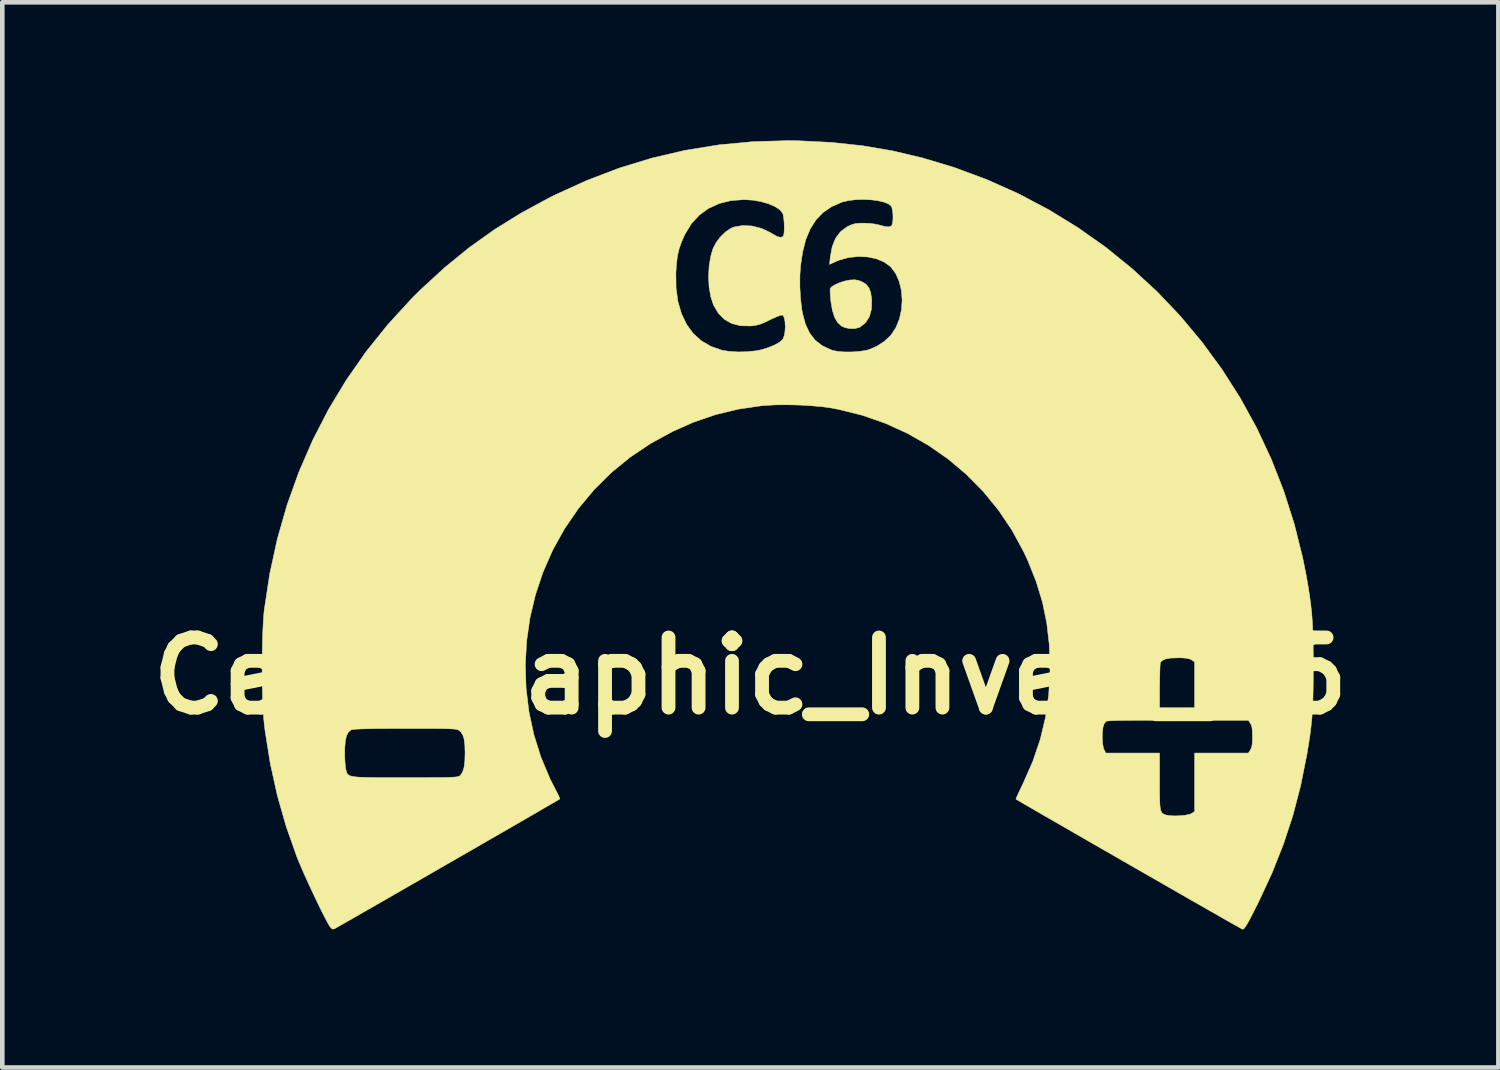
<source format=kicad_pcb>
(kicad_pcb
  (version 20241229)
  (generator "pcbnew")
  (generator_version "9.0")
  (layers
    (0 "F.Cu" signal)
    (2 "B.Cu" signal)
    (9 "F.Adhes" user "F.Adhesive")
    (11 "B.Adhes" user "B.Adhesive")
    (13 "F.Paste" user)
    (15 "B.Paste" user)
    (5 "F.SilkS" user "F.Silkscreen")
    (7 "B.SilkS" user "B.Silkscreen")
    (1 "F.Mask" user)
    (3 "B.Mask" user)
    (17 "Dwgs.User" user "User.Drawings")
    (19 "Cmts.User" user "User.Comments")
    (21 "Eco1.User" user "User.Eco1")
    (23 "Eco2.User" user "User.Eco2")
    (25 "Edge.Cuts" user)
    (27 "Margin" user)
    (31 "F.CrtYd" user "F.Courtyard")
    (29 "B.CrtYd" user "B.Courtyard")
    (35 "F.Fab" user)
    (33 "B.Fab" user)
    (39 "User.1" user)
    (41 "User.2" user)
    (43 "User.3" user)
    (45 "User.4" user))
  (footprint "Cell_Graphic_Invert_C6"
    (layer "F.Cu")
    (at 13.252 11.634)
    (property "Reference" "Cell_Graphic_Invert_C6" (at 0 0 0) (layer "F.SilkS") (effects (font (size 1.524 1.524) (thickness 0.3))))
    (attr through_hole)
    (fp_poly (pts (xy 2.351 -8.591) (xy 2.42 -8.565) (xy 2.511 -8.51) (xy 2.574 -8.435) (xy 2.614 -8.331) (xy 2.634 -8.187) (xy 2.636 -8.163) (xy 2.631 -7.97) (xy 2.587 -7.807) (xy 2.507 -7.678) (xy 2.39 -7.583) (xy 2.37 -7.572) (xy 2.276 -7.546) (xy 2.162 -7.545) (xy 2.05 -7.568) (xy 1.979 -7.601) (xy 1.894 -7.68) (xy 1.828 -7.795) (xy 1.78 -7.95) (xy 1.75 -8.132) (xy 1.738 -8.242) (xy 1.732 -8.336) (xy 1.733 -8.4) (xy 1.736 -8.419) (xy 1.772 -8.458) (xy 1.846 -8.502) (xy 1.943 -8.544) (xy 2.05 -8.578) (xy 2.154 -8.599) (xy 2.161 -8.6) (xy 2.266 -8.606) (xy 2.351 -8.591)) (stroke (width 0.01) (type solid)) (fill yes) (layer "F.SilkS"))
    (fp_poly (pts (xy 1.067 -11.625) (xy 1.768 -11.59) (xy 2.444 -11.517) (xy 3.103 -11.404) (xy 3.755 -11.249) (xy 4.409 -11.052) (xy 4.42 -11.049) (xy 5.134 -10.784) (xy 5.822 -10.477) (xy 6.484 -10.127) (xy 7.118 -9.738) (xy 7.722 -9.311) (xy 8.294 -8.847) (xy 8.835 -8.349) (xy 9.341 -7.817) (xy 9.812 -7.253) (xy 10.247 -6.659) (xy 10.643 -6.037) (xy 10.999 -5.389) (xy 11.315 -4.715) (xy 11.588 -4.018) (xy 11.817 -3.299) (xy 12.001 -2.56) (xy 12.076 -2.184) (xy 12.116 -1.954) (xy 12.149 -1.746) (xy 12.175 -1.552) (xy 12.195 -1.362) (xy 12.21 -1.166) (xy 12.22 -0.954) (xy 12.226 -0.718) (xy 12.229 -0.448) (xy 12.23 -0.216) (xy 12.229 0.075) (xy 12.226 0.324) (xy 12.221 0.541) (xy 12.212 0.734) (xy 12.2 0.914) (xy 12.182 1.089) (xy 12.16 1.268) (xy 12.131 1.462) (xy 12.096 1.678) (xy 12.089 1.714) (xy 11.956 2.383) (xy 11.788 3.028) (xy 11.581 3.658) (xy 11.333 4.284) (xy 11.039 4.916) (xy 11.016 4.961) (xy 10.927 5.138) (xy 10.857 5.273) (xy 10.803 5.373) (xy 10.762 5.44) (xy 10.732 5.482) (xy 10.709 5.501) (xy 10.691 5.504) (xy 10.691 5.504) (xy 10.665 5.49) (xy 10.599 5.453) (xy 10.496 5.395) (xy 10.359 5.318) (xy 10.192 5.222) (xy 9.998 5.112) (xy 9.78 4.987) (xy 9.543 4.852) (xy 9.289 4.706) (xy 9.022 4.553) (xy 8.745 4.394) (xy 8.462 4.232) (xy 8.177 4.068) (xy 7.892 3.904) (xy 7.611 3.743) (xy 7.337 3.585) (xy 7.075 3.434) (xy 6.827 3.291) (xy 6.596 3.158) (xy 6.387 3.038) (xy 6.203 2.931) (xy 6.046 2.84) (xy 5.922 2.768) (xy 5.832 2.715) (xy 5.781 2.685) (xy 5.77 2.678) (xy 5.777 2.654) (xy 5.804 2.593) (xy 5.846 2.502) (xy 5.899 2.39) (xy 5.927 2.332) (xy 6.136 1.857) (xy 6.297 1.383) (xy 6.312 1.32) (xy 7.645 1.32) (xy 7.652 1.468) (xy 7.672 1.572) (xy 7.684 1.601) (xy 7.723 1.676) (xy 8.89 1.676) (xy 8.89 2.294) (xy 8.89 2.498) (xy 8.892 2.657) (xy 8.896 2.778) (xy 8.904 2.866) (xy 8.917 2.927) (xy 8.936 2.968) (xy 8.962 2.994) (xy 8.996 3.011) (xy 9.03 3.022) (xy 9.112 3.037) (xy 9.22 3.042) (xy 9.338 3.038) (xy 9.451 3.026) (xy 9.541 3.007) (xy 9.586 2.989) (xy 9.652 2.945) (xy 9.652 1.676) (xy 10.819 1.676) (xy 10.864 1.608) (xy 10.889 1.555) (xy 10.903 1.482) (xy 10.909 1.376) (xy 10.909 1.321) (xy 10.906 1.198) (xy 10.896 1.113) (xy 10.876 1.053) (xy 10.864 1.034) (xy 10.819 0.965) (xy 9.652 0.965) (xy 9.652 -0.304) (xy 9.585 -0.348) (xy 9.534 -0.371) (xy 9.463 -0.385) (xy 9.36 -0.392) (xy 9.286 -0.392) (xy 9.132 -0.387) (xy 9.021 -0.367) (xy 8.947 -0.333) (xy 8.909 -0.295) (xy 8.904 -0.262) (xy 8.9 -0.187) (xy 8.896 -0.075) (xy 8.893 0.066) (xy 8.891 0.228) (xy 8.89 0.349) (xy 8.89 0.965) (xy 8.325 0.966) (xy 8.159 0.967) (xy 8.011 0.969) (xy 7.886 0.972) (xy 7.794 0.977) (xy 7.741 0.982) (xy 7.732 0.985) (xy 7.688 1.035) (xy 7.66 1.12) (xy 7.647 1.246) (xy 7.645 1.32) (xy 6.312 1.32) (xy 6.412 0.902) (xy 6.482 0.408) (xy 6.51 -0.109) (xy 6.51 -0.178) (xy 6.494 -0.677) (xy 6.439 -1.149) (xy 6.345 -1.605) (xy 6.208 -2.054) (xy 6.027 -2.506) (xy 5.934 -2.705) (xy 5.681 -3.169) (xy 5.388 -3.604) (xy 5.058 -4.007) (xy 4.692 -4.378) (xy 4.295 -4.713) (xy 3.867 -5.01) (xy 3.412 -5.269) (xy 2.933 -5.487) (xy 2.432 -5.662) (xy 1.911 -5.791) (xy 1.765 -5.819) (xy 1.561 -5.848) (xy 1.322 -5.869) (xy 1.064 -5.884) (xy 0.801 -5.89) (xy 0.55 -5.888) (xy 0.325 -5.876) (xy 0.25 -5.87) (xy -0.262 -5.795) (xy -0.754 -5.676) (xy -1.234 -5.512) (xy -1.689 -5.31) (xy -2.17 -5.047) (xy -2.614 -4.749) (xy -3.023 -4.415) (xy -3.396 -4.044) (xy -3.735 -3.637) (xy -4.04 -3.192) (xy -4.044 -3.185) (xy -4.297 -2.728) (xy -4.505 -2.253) (xy -4.669 -1.763) (xy -4.788 -1.261) (xy -4.861 -0.752) (xy -4.889 -0.239) (xy -4.872 0.274) (xy -4.81 0.782) (xy -4.702 1.283) (xy -4.548 1.772) (xy -4.348 2.246) (xy -4.221 2.494) (xy -4.178 2.576) (xy -4.15 2.639) (xy -4.14 2.672) (xy -4.141 2.674) (xy -4.165 2.689) (xy -4.23 2.728) (xy -4.333 2.787) (xy -4.469 2.866) (xy -4.635 2.963) (xy -4.829 3.075) (xy -5.045 3.2) (xy -5.282 3.337) (xy -5.535 3.483) (xy -5.802 3.636) (xy -6.078 3.796) (xy -6.36 3.958) (xy -6.645 4.122) (xy -6.93 4.286) (xy -7.211 4.448) (xy -7.484 4.605) (xy -7.746 4.755) (xy -7.993 4.898) (xy -8.223 5.03) (xy -8.432 5.149) (xy -8.616 5.255) (xy -8.772 5.344) (xy -8.897 5.415) (xy -8.986 5.466) (xy -9.037 5.494) (xy -9.048 5.5) (xy -9.088 5.497) (xy -9.131 5.452) (xy -9.144 5.432) (xy -9.192 5.348) (xy -9.256 5.226) (xy -9.332 5.075) (xy -9.416 4.903) (xy -9.504 4.718) (xy -9.592 4.529) (xy -9.676 4.345) (xy -9.751 4.174) (xy -9.814 4.025) (xy -9.85 3.937) (xy -10.085 3.271) (xy -10.277 2.597) (xy -10.43 1.906) (xy -10.467 1.671) (xy -8.814 1.671) (xy -8.811 1.794) (xy -8.804 1.909) (xy -8.795 1.999) (xy -8.787 2.038) (xy -8.776 2.077) (xy -8.765 2.11) (xy -8.748 2.137) (xy -8.722 2.158) (xy -8.682 2.175) (xy -8.623 2.188) (xy -8.542 2.197) (xy -8.434 2.203) (xy -8.295 2.207) (xy -8.121 2.209) (xy -7.906 2.21) (xy -7.647 2.21) (xy -7.5 2.21) (xy -7.228 2.21) (xy -7.002 2.209) (xy -6.818 2.209) (xy -6.672 2.207) (xy -6.557 2.205) (xy -6.471 2.201) (xy -6.409 2.197) (xy -6.365 2.191) (xy -6.336 2.183) (xy -6.317 2.174) (xy -6.303 2.163) (xy -6.301 2.161) (xy -6.253 2.091) (xy -6.221 1.989) (xy -6.203 1.849) (xy -6.198 1.676) (xy -6.203 1.506) (xy -6.218 1.378) (xy -6.247 1.285) (xy -6.29 1.219) (xy -6.316 1.195) (xy -6.334 1.182) (xy -6.354 1.172) (xy -6.382 1.164) (xy -6.423 1.157) (xy -6.481 1.152) (xy -6.561 1.149) (xy -6.668 1.146) (xy -6.806 1.144) (xy -6.98 1.143) (xy -7.195 1.143) (xy -7.455 1.143) (xy -7.495 1.143) (xy -7.8 1.144) (xy -8.057 1.145) (xy -8.266 1.148) (xy -8.43 1.152) (xy -8.551 1.157) (xy -8.631 1.164) (xy -8.67 1.171) (xy -8.672 1.172) (xy -8.73 1.218) (xy -8.773 1.296) (xy -8.799 1.413) (xy -8.812 1.571) (xy -8.814 1.671) (xy -10.467 1.671) (xy -10.544 1.189) (xy -10.559 1.067) (xy -10.576 0.894) (xy -10.589 0.679) (xy -10.598 0.434) (xy -10.604 0.166) (xy -10.607 -0.114) (xy -10.606 -0.396) (xy -10.602 -0.671) (xy -10.594 -0.93) (xy -10.583 -1.163) (xy -10.569 -1.359) (xy -10.559 -1.448) (xy -10.441 -2.223) (xy -10.276 -2.979) (xy -10.065 -3.715) (xy -9.809 -4.429) (xy -9.509 -5.12) (xy -9.165 -5.788) (xy -8.777 -6.43) (xy -8.347 -7.046) (xy -7.874 -7.635) (xy -7.36 -8.196) (xy -7.16 -8.395) (xy -6.773 -8.75) (xy -1.618 -8.75) (xy -1.614 -8.425) (xy -1.573 -8.13) (xy -1.496 -7.866) (xy -1.385 -7.635) (xy -1.241 -7.439) (xy -1.064 -7.279) (xy -0.855 -7.158) (xy -0.616 -7.075) (xy -0.615 -7.075) (xy -0.452 -7.049) (xy -0.261 -7.038) (xy -0.062 -7.043) (xy 0.126 -7.063) (xy 0.239 -7.086) (xy 0.389 -7.132) (xy 0.521 -7.186) (xy 0.627 -7.245) (xy 0.696 -7.302) (xy 0.706 -7.317) (xy 0.735 -7.388) (xy 0.752 -7.482) (xy 0.758 -7.587) (xy 0.753 -7.689) (xy 0.738 -7.774) (xy 0.712 -7.829) (xy 0.696 -7.84) (xy 0.66 -7.835) (xy 0.589 -7.81) (xy 0.497 -7.77) (xy 0.425 -7.736) (xy 0.305 -7.677) (xy 0.21 -7.64) (xy 0.124 -7.617) (xy 0.028 -7.605) (xy -0.001 -7.602) (xy -0.215 -7.607) (xy -0.403 -7.655) (xy -0.563 -7.745) (xy -0.695 -7.877) (xy -0.797 -8.05) (xy -0.799 -8.053) (xy -0.861 -8.239) (xy -0.897 -8.454) (xy -0.909 -8.686) (xy -0.908 -8.692) (xy 1.076 -8.692) (xy 1.076 -8.445) (xy 1.09 -8.196) (xy 1.117 -7.966) (xy 1.134 -7.874) (xy 1.197 -7.64) (xy 1.288 -7.448) (xy 1.408 -7.293) (xy 1.561 -7.174) (xy 1.748 -7.086) (xy 1.791 -7.071) (xy 1.902 -7.049) (xy 2.046 -7.038) (xy 2.205 -7.038) (xy 2.364 -7.049) (xy 2.505 -7.07) (xy 2.573 -7.087) (xy 2.744 -7.16) (xy 2.909 -7.267) (xy 3.046 -7.394) (xy 3.058 -7.408) (xy 3.163 -7.569) (xy 3.238 -7.755) (xy 3.283 -7.957) (xy 3.297 -8.166) (xy 3.281 -8.373) (xy 3.234 -8.568) (xy 3.158 -8.741) (xy 3.052 -8.883) (xy 3.041 -8.894) (xy 2.905 -8.992) (xy 2.737 -9.062) (xy 2.546 -9.102) (xy 2.342 -9.111) (xy 2.135 -9.089) (xy 1.934 -9.034) (xy 1.857 -9.003) (xy 1.72 -8.94) (xy 1.737 -9.104) (xy 1.778 -9.325) (xy 1.851 -9.507) (xy 1.958 -9.65) (xy 2.097 -9.755) (xy 2.122 -9.768) (xy 2.206 -9.805) (xy 2.283 -9.826) (xy 2.372 -9.835) (xy 2.472 -9.836) (xy 2.591 -9.83) (xy 2.709 -9.816) (xy 2.801 -9.796) (xy 2.807 -9.794) (xy 2.929 -9.762) (xy 3.012 -9.755) (xy 3.062 -9.775) (xy 3.083 -9.811) (xy 3.097 -9.899) (xy 3.099 -10.003) (xy 3.09 -10.103) (xy 3.072 -10.181) (xy 3.06 -10.205) (xy 2.998 -10.255) (xy 2.896 -10.295) (xy 2.764 -10.325) (xy 2.611 -10.344) (xy 2.448 -10.351) (xy 2.283 -10.345) (xy 2.128 -10.326) (xy 1.991 -10.293) (xy 1.981 -10.289) (xy 1.765 -10.194) (xy 1.58 -10.068) (xy 1.427 -9.909) (xy 1.302 -9.714) (xy 1.205 -9.481) (xy 1.135 -9.207) (xy 1.091 -8.915) (xy 1.076 -8.692) (xy -0.908 -8.692) (xy -0.895 -8.919) (xy -0.855 -9.141) (xy -0.811 -9.284) (xy -0.744 -9.414) (xy -0.649 -9.539) (xy -0.537 -9.647) (xy -0.421 -9.725) (xy -0.356 -9.752) (xy -0.164 -9.785) (xy 0.04 -9.774) (xy 0.245 -9.721) (xy 0.439 -9.629) (xy 0.483 -9.601) (xy 0.583 -9.546) (xy 0.66 -9.527) (xy 0.709 -9.546) (xy 0.721 -9.565) (xy 0.733 -9.629) (xy 0.737 -9.723) (xy 0.735 -9.832) (xy 0.726 -9.937) (xy 0.712 -10.02) (xy 0.7 -10.055) (xy 0.637 -10.13) (xy 0.531 -10.198) (xy 0.392 -10.258) (xy 0.23 -10.304) (xy 0.052 -10.335) (xy -0.132 -10.347) (xy -0.14 -10.347) (xy -0.421 -10.326) (xy -0.678 -10.262) (xy -0.908 -10.157) (xy -1.109 -10.011) (xy -1.28 -9.826) (xy -1.417 -9.602) (xy -1.422 -9.593) (xy -1.494 -9.433) (xy -1.546 -9.285) (xy -1.582 -9.133) (xy -1.604 -8.962) (xy -1.618 -8.756) (xy -1.618 -8.75) (xy -6.773 -8.75) (xy -6.643 -8.87) (xy -6.114 -9.301) (xy -5.563 -9.694) (xy -4.983 -10.054) (xy -4.367 -10.388) (xy -4.245 -10.449) (xy -3.548 -10.766) (xy -2.845 -11.034) (xy -2.134 -11.251) (xy -1.414 -11.419) (xy -0.683 -11.537) (xy 0.061 -11.607) (xy 0.819 -11.629) (xy 1.067 -11.625)) (stroke (width 0.01) (type solid)) (fill yes) (layer "F.SilkS")))
  (gr_rect
    (start -3 -3)
    (end 29.503 20.142)
    (stroke (width 0.1) (type default))
    (fill no)
    (layer "Edge.Cuts")))
</source>
